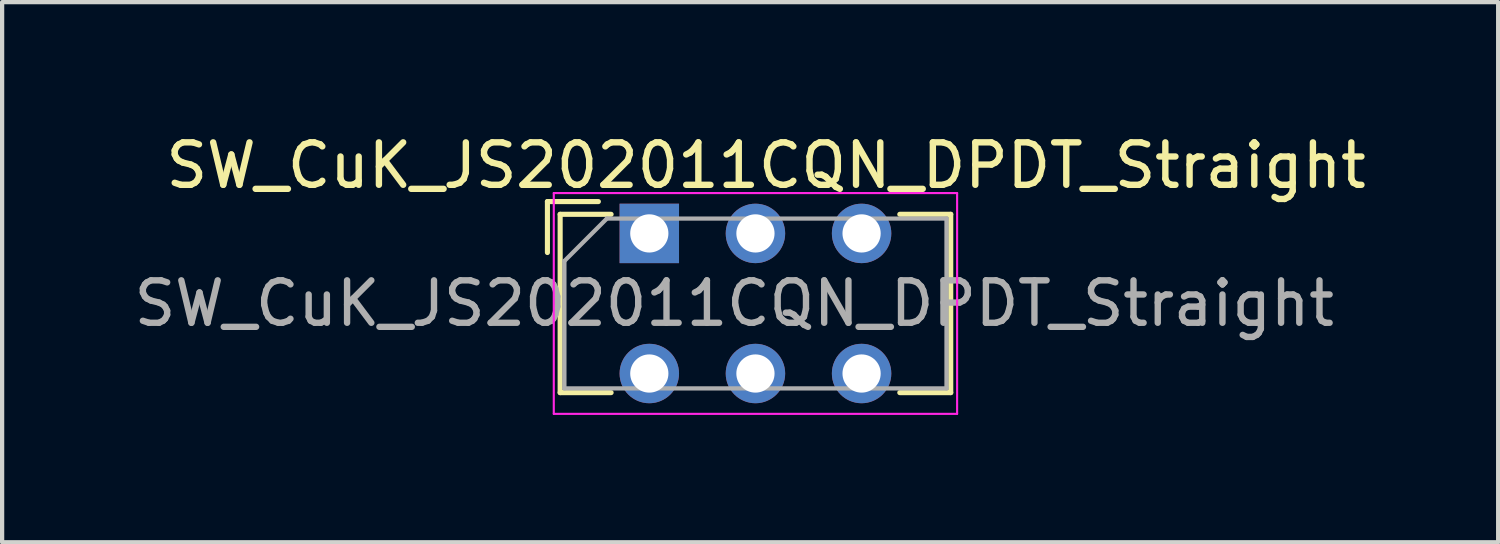
<source format=kicad_pcb>
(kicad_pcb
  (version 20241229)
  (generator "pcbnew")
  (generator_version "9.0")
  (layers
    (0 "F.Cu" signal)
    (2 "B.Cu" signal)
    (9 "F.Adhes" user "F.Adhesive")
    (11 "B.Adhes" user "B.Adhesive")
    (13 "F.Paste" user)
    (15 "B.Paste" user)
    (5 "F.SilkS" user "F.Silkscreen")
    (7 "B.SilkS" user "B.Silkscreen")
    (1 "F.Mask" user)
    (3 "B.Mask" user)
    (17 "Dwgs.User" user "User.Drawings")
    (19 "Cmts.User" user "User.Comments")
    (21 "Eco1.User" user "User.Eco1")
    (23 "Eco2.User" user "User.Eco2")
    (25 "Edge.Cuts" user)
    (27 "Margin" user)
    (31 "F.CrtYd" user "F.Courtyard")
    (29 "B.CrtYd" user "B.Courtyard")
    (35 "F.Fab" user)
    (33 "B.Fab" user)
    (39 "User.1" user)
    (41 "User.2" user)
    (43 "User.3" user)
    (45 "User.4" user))
  (footprint "SW_CuK_JS202011CQN_DPDT_Straight"
    (layer "F.Cu")
    (at 12.244 2.448)
    (property "Reference" "SW_CuK_JS202011CQN_DPDT_Straight" (at 2.75 -1.6 0) (layer "F.SilkS") (effects (font (size 1 1) (thickness 0.15))))
    (attr through_hole)
    (fp_line (start -2.4 -0.75) (end -2.4 0.45) (stroke (width 0.12) (type solid)) (layer "F.SilkS"))
    (fp_line (start -2.1 -0.45) (end -2.1 3.75) (stroke (width 0.12) (type solid)) (layer "F.SilkS"))
    (fp_line (start -2.1 3.75) (end -0.9 3.75) (stroke (width 0.12) (type solid)) (layer "F.SilkS"))
    (fp_line (start -1.2 -0.75) (end -2.4 -0.75) (stroke (width 0.12) (type solid)) (layer "F.SilkS"))
    (fp_line (start -0.9 -0.45) (end -2.1 -0.45) (stroke (width 0.12) (type solid)) (layer "F.SilkS"))
    (fp_line (start 5.9 -0.45) (end 7.1 -0.45) (stroke (width 0.12) (type solid)) (layer "F.SilkS"))
    (fp_line (start 7.1 -0.45) (end 7.1 3.75) (stroke (width 0.12) (type solid)) (layer "F.SilkS"))
    (fp_line (start 7.1 3.75) (end 5.9 3.75) (stroke (width 0.12) (type solid)) (layer "F.SilkS"))
    (fp_line (start -2.25 -0.95) (end 7.25 -0.95) (stroke (width 0.05) (type solid)) (layer "F.CrtYd"))
    (fp_line (start -2.25 4.25) (end -2.25 -0.95) (stroke (width 0.05) (type solid)) (layer "F.CrtYd"))
    (fp_line (start 7.25 -0.95) (end 7.25 4.25) (stroke (width 0.05) (type solid)) (layer "F.CrtYd"))
    (fp_line (start 7.25 4.25) (end -2.25 4.25) (stroke (width 0.05) (type solid)) (layer "F.CrtYd"))
    (fp_line (start -2 3.65) (end -2 0.65) (stroke (width 0.1) (type solid)) (layer "F.Fab"))
    (fp_line (start -1 -0.35) (end -2 0.65) (stroke (width 0.1) (type solid)) (layer "F.Fab"))
    (fp_line (start -1 -0.35) (end 7 -0.35) (stroke (width 0.1) (type solid)) (layer "F.Fab"))
    (fp_line (start 7 -0.35) (end 7 3.65) (stroke (width 0.1) (type solid)) (layer "F.Fab"))
    (fp_line (start 7 3.65) (end -2 3.65) (stroke (width 0.1) (type solid)) (layer "F.Fab"))
    (fp_text user "${REFERENCE}" (at 2 1.65 0) (layer "F.Fab") (effects (font (size 1 1) (thickness 0.15))))
    (pad "1" thru_hole rect (at 0 0) (size 1.4 1.4) (drill 0.9) (layers "*.Cu" "*.Mask"))
    (pad "2" thru_hole circle (at 2.5 0) (size 1.4 1.4) (drill 0.9) (layers "*.Cu" "*.Mask"))
    (pad "3" thru_hole circle (at 5 0) (size 1.4 1.4) (drill 0.9) (layers "*.Cu" "*.Mask"))
    (pad "4" thru_hole circle (at 0 3.3) (size 1.4 1.4) (drill 0.9) (layers "*.Cu" "*.Mask"))
    (pad "5" thru_hole circle (at 2.5 3.3) (size 1.4 1.4) (drill 0.9) (layers "*.Cu" "*.Mask"))
    (pad "6" thru_hole circle (at 5 3.3) (size 1.4 1.4) (drill 0.9) (layers "*.Cu" "*.Mask")))
  (gr_rect
    (start -3 -3)
    (end 32.238 9.723)
    (stroke (width 0.1) (type default))
    (fill no)
    (layer "Edge.Cuts")))
</source>
